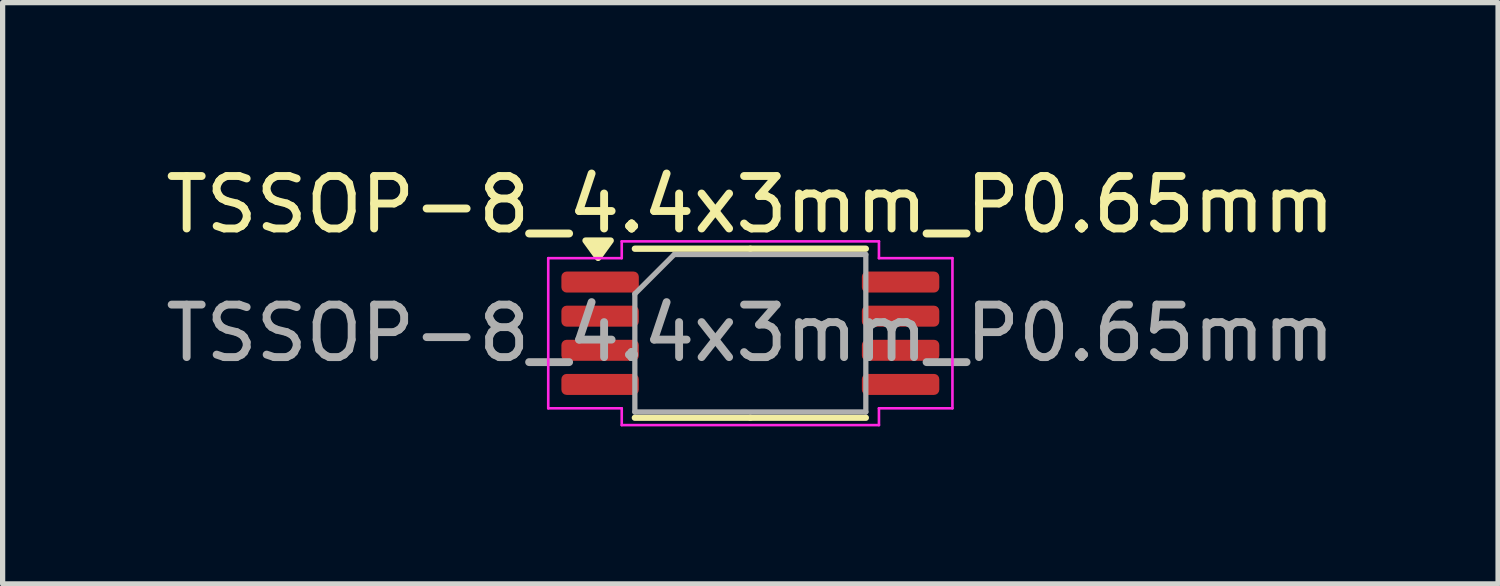
<source format=kicad_pcb>
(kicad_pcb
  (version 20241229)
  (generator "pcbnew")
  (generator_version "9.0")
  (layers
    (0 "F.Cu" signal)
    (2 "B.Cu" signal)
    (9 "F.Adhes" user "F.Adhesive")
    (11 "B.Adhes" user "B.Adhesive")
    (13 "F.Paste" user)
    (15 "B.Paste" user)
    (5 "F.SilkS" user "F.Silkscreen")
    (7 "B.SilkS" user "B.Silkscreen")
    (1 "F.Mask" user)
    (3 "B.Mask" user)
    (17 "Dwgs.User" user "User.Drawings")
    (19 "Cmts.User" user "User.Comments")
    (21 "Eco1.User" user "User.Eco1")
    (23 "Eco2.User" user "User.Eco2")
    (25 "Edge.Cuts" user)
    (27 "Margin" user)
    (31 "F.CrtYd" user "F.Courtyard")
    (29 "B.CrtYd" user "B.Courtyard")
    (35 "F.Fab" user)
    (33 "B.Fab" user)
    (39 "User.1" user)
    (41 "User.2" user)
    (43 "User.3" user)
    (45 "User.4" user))
  (footprint "TSSOP-8_4.4x3mm_P0.65mm"
    (layer "F.Cu")
    (at 11.244 3.298)
    (property "Reference" "TSSOP-8_4.4x3mm_P0.65mm" (at 0 -2.45 0) (layer "F.SilkS") (effects (font (size 1 1) (thickness 0.15))))
    (attr smd)
    (fp_line (start 0 -1.61) (end -2.2 -1.61) (stroke (width 0.12) (type solid)) (layer "F.SilkS"))
    (fp_line (start 0 -1.61) (end 2.2 -1.61) (stroke (width 0.12) (type solid)) (layer "F.SilkS"))
    (fp_line (start 0 1.61) (end -2.2 1.61) (stroke (width 0.12) (type solid)) (layer "F.SilkS"))
    (fp_line (start 0 1.61) (end 2.2 1.61) (stroke (width 0.12) (type solid)) (layer "F.SilkS"))
    (fp_poly (pts (xy -2.9 -1.435) (xy -3.14 -1.765) (xy -2.66 -1.765)) (stroke (width 0.12) (type solid)) (fill yes) (layer "F.SilkS"))
    (fp_line (start -3.85 -1.43) (end -2.45 -1.43) (stroke (width 0.05) (type solid)) (layer "F.CrtYd"))
    (fp_line (start -3.85 1.43) (end -3.85 -1.43) (stroke (width 0.05) (type solid)) (layer "F.CrtYd"))
    (fp_line (start -2.45 -1.75) (end 2.45 -1.75) (stroke (width 0.05) (type solid)) (layer "F.CrtYd"))
    (fp_line (start -2.45 -1.43) (end -2.45 -1.75) (stroke (width 0.05) (type solid)) (layer "F.CrtYd"))
    (fp_line (start -2.45 1.43) (end -3.85 1.43) (stroke (width 0.05) (type solid)) (layer "F.CrtYd"))
    (fp_line (start -2.45 1.75) (end -2.45 1.43) (stroke (width 0.05) (type solid)) (layer "F.CrtYd"))
    (fp_line (start 2.45 -1.75) (end 2.45 -1.43) (stroke (width 0.05) (type solid)) (layer "F.CrtYd"))
    (fp_line (start 2.45 -1.43) (end 3.85 -1.43) (stroke (width 0.05) (type solid)) (layer "F.CrtYd"))
    (fp_line (start 2.45 1.43) (end 2.45 1.75) (stroke (width 0.05) (type solid)) (layer "F.CrtYd"))
    (fp_line (start 2.45 1.75) (end -2.45 1.75) (stroke (width 0.05) (type solid)) (layer "F.CrtYd"))
    (fp_line (start 3.85 -1.43) (end 3.85 1.43) (stroke (width 0.05) (type solid)) (layer "F.CrtYd"))
    (fp_line (start 3.85 1.43) (end 2.45 1.43) (stroke (width 0.05) (type solid)) (layer "F.CrtYd"))
    (fp_line (start -2.2 -0.75) (end -1.45 -1.5) (stroke (width 0.1) (type solid)) (layer "F.Fab"))
    (fp_line (start -2.2 1.5) (end -2.2 -0.75) (stroke (width 0.1) (type solid)) (layer "F.Fab"))
    (fp_line (start -1.45 -1.5) (end 2.2 -1.5) (stroke (width 0.1) (type solid)) (layer "F.Fab"))
    (fp_line (start 2.2 -1.5) (end 2.2 1.5) (stroke (width 0.1) (type solid)) (layer "F.Fab"))
    (fp_line (start 2.2 1.5) (end -2.2 1.5) (stroke (width 0.1) (type solid)) (layer "F.Fab"))
    (fp_text user "${REFERENCE}" (at 0 0 0) (layer "F.Fab") (effects (font (size 1 1) (thickness 0.15))))
    (pad "1" smd roundrect (at -2.862 -0.975) (size 1.475 0.4) (layers "F.Cu" "F.Mask" "F.Paste") (roundrect_rratio 0.25))
    (pad "2" smd roundrect (at -2.862 -0.325) (size 1.475 0.4) (layers "F.Cu" "F.Mask" "F.Paste") (roundrect_rratio 0.25))
    (pad "3" smd roundrect (at -2.862 0.325) (size 1.475 0.4) (layers "F.Cu" "F.Mask" "F.Paste") (roundrect_rratio 0.25))
    (pad "4" smd roundrect (at -2.862 0.975) (size 1.475 0.4) (layers "F.Cu" "F.Mask" "F.Paste") (roundrect_rratio 0.25))
    (pad "5" smd roundrect (at 2.862 0.975) (size 1.475 0.4) (layers "F.Cu" "F.Mask" "F.Paste") (roundrect_rratio 0.25))
    (pad "6" smd roundrect (at 2.862 0.325) (size 1.475 0.4) (layers "F.Cu" "F.Mask" "F.Paste") (roundrect_rratio 0.25))
    (pad "7" smd roundrect (at 2.862 -0.325) (size 1.475 0.4) (layers "F.Cu" "F.Mask" "F.Paste") (roundrect_rratio 0.25))
    (pad "8" smd roundrect (at 2.862 -0.975) (size 1.475 0.4) (layers "F.Cu" "F.Mask" "F.Paste") (roundrect_rratio 0.25)))
  (gr_rect
    (start -3 -3)
    (end 25.488 8.073)
    (stroke (width 0.1) (type default))
    (fill no)
    (layer "Edge.Cuts")))
</source>
